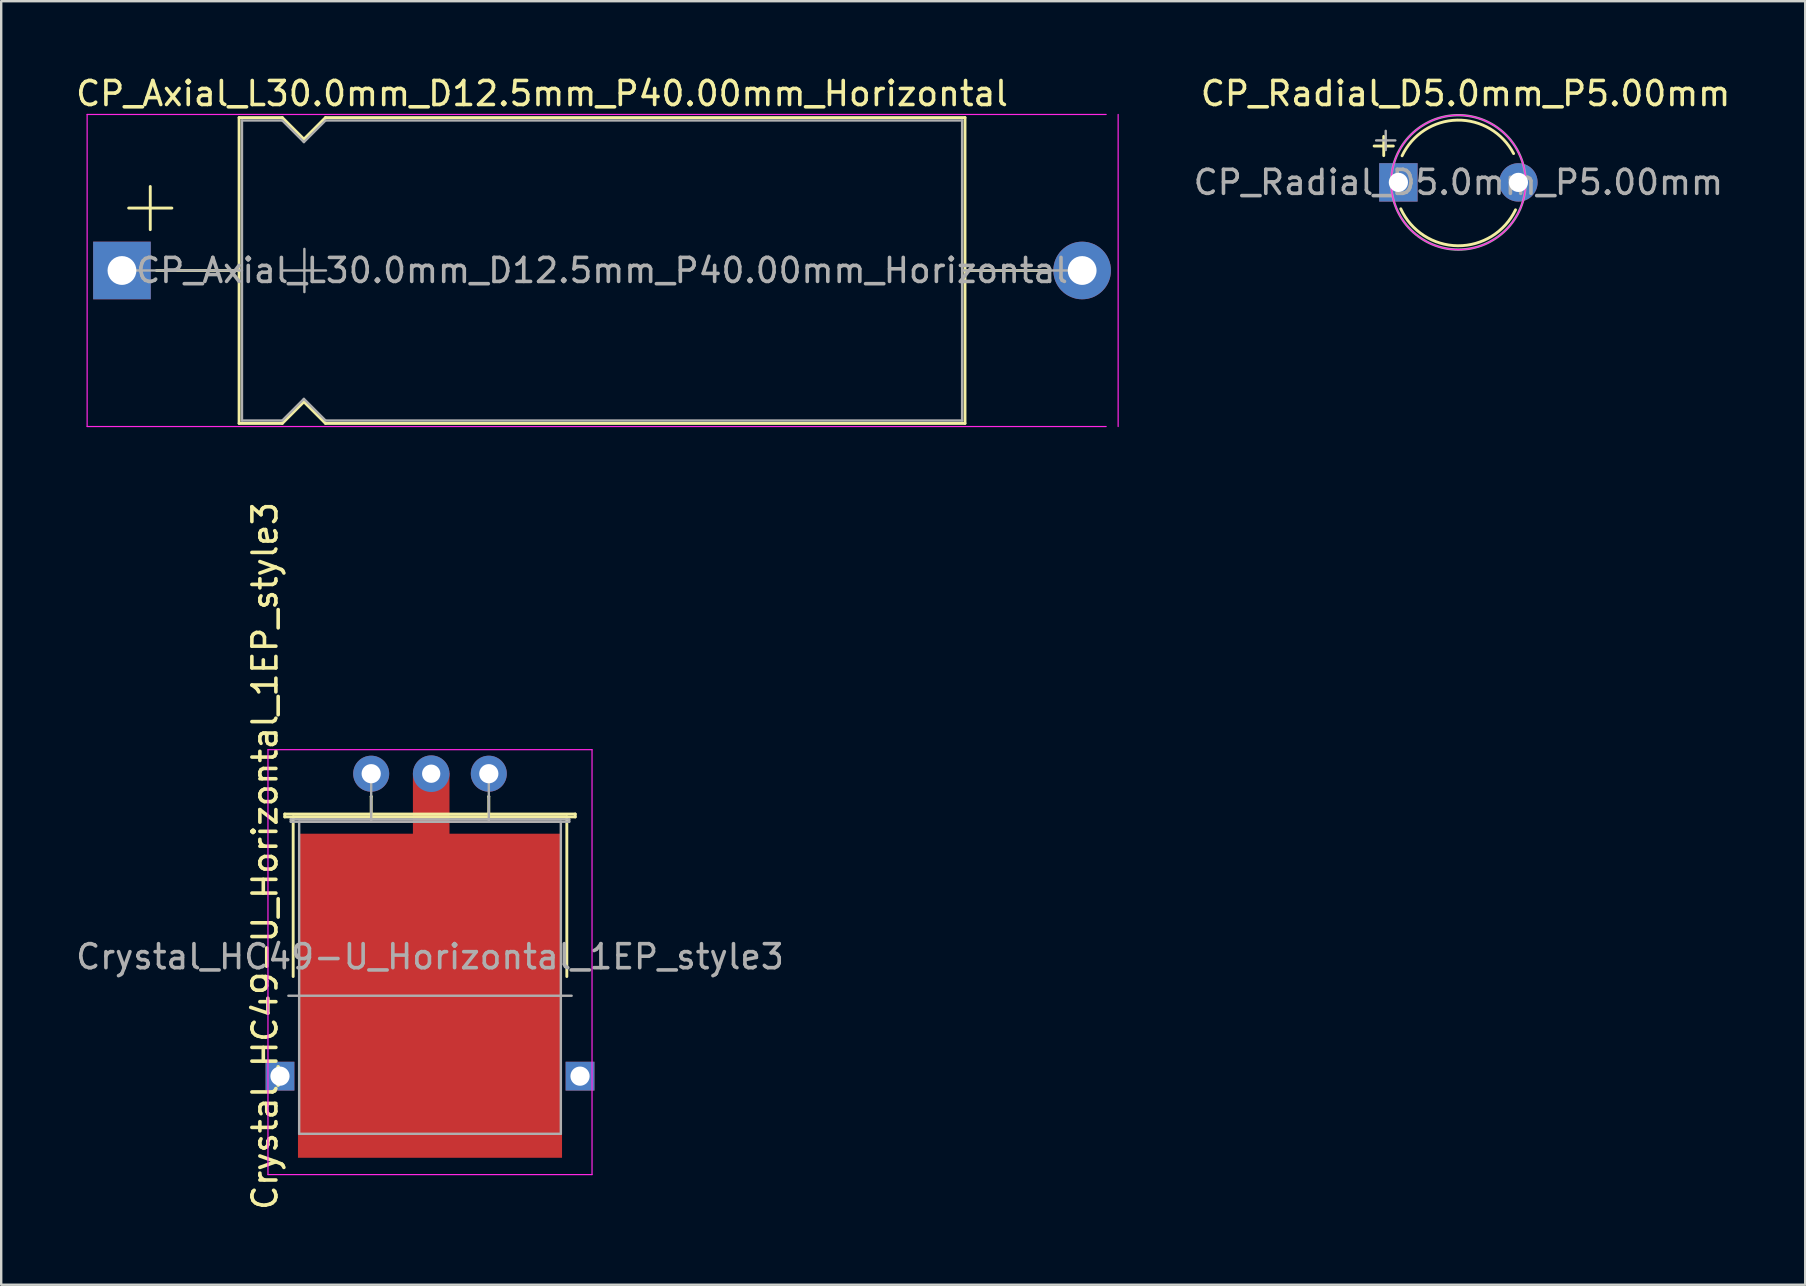
<source format=kicad_pcb>
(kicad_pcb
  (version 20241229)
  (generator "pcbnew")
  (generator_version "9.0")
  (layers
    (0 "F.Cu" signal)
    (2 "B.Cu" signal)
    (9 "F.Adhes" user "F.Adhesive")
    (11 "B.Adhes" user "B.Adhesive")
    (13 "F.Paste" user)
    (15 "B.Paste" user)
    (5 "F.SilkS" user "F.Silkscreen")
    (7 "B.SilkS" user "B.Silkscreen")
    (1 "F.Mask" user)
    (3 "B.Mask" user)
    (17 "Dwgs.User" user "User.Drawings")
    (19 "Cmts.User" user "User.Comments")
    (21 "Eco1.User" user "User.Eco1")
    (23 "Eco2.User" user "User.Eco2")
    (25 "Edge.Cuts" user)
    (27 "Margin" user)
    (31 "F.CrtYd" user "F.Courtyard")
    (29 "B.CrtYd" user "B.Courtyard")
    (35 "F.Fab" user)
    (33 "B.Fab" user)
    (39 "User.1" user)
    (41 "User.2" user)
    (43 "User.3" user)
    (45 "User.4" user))
  (footprint "CP_Radial_D5.0mm_P5.00mm"
    (layer "F.Cu")
    (at 55.204 4.548)
    (property "Reference" "CP_Radial_D5.0mm_P5.00mm" (at 2.8 -3.7 0) (layer "F.SilkS") (effects (font (size 1 1) (thickness 0.15))))
    (attr through_hole)
    (fp_line (start -1.01 -1.515) (end -0.21 -1.515) (stroke (width 0.12) (type solid)) (layer "F.SilkS"))
    (fp_line (start -0.61 -1.915) (end -0.61 -1.115) (stroke (width 0.12) (type solid)) (layer "F.SilkS"))
    (fp_arc (start 0.154322 -1.108058) (mid 2.448668 -2.593716) (end 4.8 -1.2) (stroke (width 0.12) (type solid)) (layer "F.SilkS"))
    (fp_arc (start 4.880089 1.142443) (mid 2.476559 2.639972) (end 0.1 1.1) (stroke (width 0.12) (type solid)) (layer "F.SilkS"))
    (fp_circle (center 2.5 0) (end 5.3 0) (stroke (width 0.05) (type solid)) (fill no) (layer "F.CrtYd"))
    (fp_line (start -0.927 -1.748) (end -0.127 -1.748) (stroke (width 0.1) (type solid)) (layer "F.Fab"))
    (fp_line (start -0.527 -2.147) (end -0.527 -1.347) (stroke (width 0.1) (type solid)) (layer "F.Fab"))
    (fp_circle (center 2.5 0) (end 5.3 0) (stroke (width 0.1) (type solid)) (fill no) (layer "F.Fab"))
    (fp_text user "${REFERENCE}" (at 2.5 0 0) (layer "F.Fab") (effects (font (size 1 1) (thickness 0.15))))
    (pad "1" thru_hole rect (at 0 0) (size 1.6 1.6) (drill 0.8) (layers "*.Cu" "*.Mask"))
    (pad "2" thru_hole circle (at 5 0) (size 1.6 1.6) (drill 0.8) (layers "*.Cu" "*.Mask")))
  (footprint "CP_Axial_L30.0mm_D12.5mm_P40.00mm_Horizontal"
    (layer "F.Cu")
    (at 2.03 8.218)
    (property "Reference" "CP_Axial_L30.0mm_D12.5mm_P40.00mm_Horizontal" (at 17.5 -7.37 0) (layer "F.SilkS") (effects (font (size 1 1) (thickness 0.15))))
    (attr through_hole)
    (fp_line (start 0.28 -2.6) (end 2.08 -2.6) (stroke (width 0.12) (type solid)) (layer "F.SilkS"))
    (fp_line (start 1.18 -3.5) (end 1.18 -1.7) (stroke (width 0.12) (type solid)) (layer "F.SilkS"))
    (fp_line (start 1.44 0) (end 4.85 0) (stroke (width 0.12) (type solid)) (layer "F.SilkS"))
    (fp_line (start 4.88 -6.37) (end 4.88 6.37) (stroke (width 0.12) (type solid)) (layer "F.SilkS"))
    (fp_line (start 4.88 -6.37) (end 6.68 -6.37) (stroke (width 0.12) (type solid)) (layer "F.SilkS"))
    (fp_line (start 4.88 6.37) (end 6.68 6.37) (stroke (width 0.12) (type solid)) (layer "F.SilkS"))
    (fp_line (start 6.68 -6.37) (end 7.58 -5.47) (stroke (width 0.12) (type solid)) (layer "F.SilkS"))
    (fp_line (start 6.68 6.37) (end 7.58 5.47) (stroke (width 0.12) (type solid)) (layer "F.SilkS"))
    (fp_line (start 7.58 -5.47) (end 8.48 -6.37) (stroke (width 0.12) (type solid)) (layer "F.SilkS"))
    (fp_line (start 7.58 5.47) (end 8.48 6.37) (stroke (width 0.12) (type solid)) (layer "F.SilkS"))
    (fp_line (start 8.48 -6.37) (end 35.12 -6.37) (stroke (width 0.12) (type solid)) (layer "F.SilkS"))
    (fp_line (start 8.48 6.37) (end 35.12 6.37) (stroke (width 0.12) (type solid)) (layer "F.SilkS"))
    (fp_line (start 35.12 -6.37) (end 35.12 6.37) (stroke (width 0.12) (type solid)) (layer "F.SilkS"))
    (fp_line (start 38.6 0) (end 35.12 0) (stroke (width 0.12) (type solid)) (layer "F.SilkS"))
    (fp_line (start -1.45 -6.5) (end -1.45 6.5) (stroke (width 0.05) (type solid)) (layer "F.CrtYd"))
    (fp_line (start -1.45 6.5) (end 41 6.5) (stroke (width 0.05) (type solid)) (layer "F.CrtYd"))
    (fp_line (start 41 -6.5) (end -1.45 -6.5) (stroke (width 0.05) (type solid)) (layer "F.CrtYd"))
    (fp_line (start 41.5 6.5) (end 41.5 -6.5) (stroke (width 0.05) (type solid)) (layer "F.CrtYd"))
    (fp_line (start 0 0) (end 5 0) (stroke (width 0.1) (type solid)) (layer "F.Fab"))
    (fp_line (start 5 -6.25) (end 5 6.25) (stroke (width 0.1) (type solid)) (layer "F.Fab"))
    (fp_line (start 5 -6.25) (end 6.68 -6.25) (stroke (width 0.1) (type solid)) (layer "F.Fab"))
    (fp_line (start 5 6.25) (end 6.68 6.25) (stroke (width 0.1) (type solid)) (layer "F.Fab"))
    (fp_line (start 6.68 -6.25) (end 7.58 -5.35) (stroke (width 0.1) (type solid)) (layer "F.Fab"))
    (fp_line (start 6.68 6.25) (end 7.58 5.35) (stroke (width 0.1) (type solid)) (layer "F.Fab"))
    (fp_line (start 6.7 0) (end 8.5 0) (stroke (width 0.1) (type solid)) (layer "F.Fab"))
    (fp_line (start 7.58 -5.35) (end 8.48 -6.25) (stroke (width 0.1) (type solid)) (layer "F.Fab"))
    (fp_line (start 7.58 5.35) (end 8.48 6.25) (stroke (width 0.1) (type solid)) (layer "F.Fab"))
    (fp_line (start 7.6 -0.9) (end 7.6 0.9) (stroke (width 0.1) (type solid)) (layer "F.Fab"))
    (fp_line (start 8.48 -6.25) (end 35 -6.25) (stroke (width 0.1) (type solid)) (layer "F.Fab"))
    (fp_line (start 8.48 6.25) (end 35 6.25) (stroke (width 0.1) (type solid)) (layer "F.Fab"))
    (fp_line (start 35 -6.25) (end 35 6.25) (stroke (width 0.1) (type solid)) (layer "F.Fab"))
    (fp_line (start 40 0) (end 35 0) (stroke (width 0.1) (type solid)) (layer "F.Fab"))
    (fp_text user "${REFERENCE}" (at 20 0 0) (layer "F.Fab") (effects (font (size 1 1) (thickness 0.15))))
    (pad "1" thru_hole rect (at 0 0) (size 2.4 2.4) (drill 1.2) (layers "*.Cu" "*.Mask"))
    (pad "2" thru_hole oval (at 40 0) (size 2.4 2.4) (drill 1.2) (layers "*.Cu" "*.Mask")))
  (footprint "Crystal_HC49-U_Horizontal_1EP_style3"
    (layer "F.Cu")
    (at 12.413 29.181)
    (property "Reference" "Crystal_HC49-U_Horizontal_1EP_style3" (at -4.425 3.425 90) (layer "F.SilkS") (effects (font (size 1 1) (thickness 0.15))))
    (attr through_hole)
    (fp_line (start -3.6 1.68) (end 8.5 1.68) (stroke (width 0.12) (type solid)) (layer "F.SilkS"))
    (fp_line (start -3.6 1.8) (end -3.6 1.68) (stroke (width 0.12) (type solid)) (layer "F.SilkS"))
    (fp_line (start -3.25 1.8) (end 8.15 1.8) (stroke (width 0.12) (type solid)) (layer "F.SilkS"))
    (fp_line (start -3.25 8.45) (end -3.25 1.8) (stroke (width 0.12) (type solid)) (layer "F.SilkS"))
    (fp_line (start 0 0.95) (end 0 0.95) (stroke (width 0.12) (type solid)) (layer "F.SilkS"))
    (fp_line (start 0 1.8) (end 0 0.95) (stroke (width 0.12) (type solid)) (layer "F.SilkS"))
    (fp_line (start 4.9 0.95) (end 4.9 0.95) (stroke (width 0.12) (type solid)) (layer "F.SilkS"))
    (fp_line (start 4.9 1.8) (end 4.9 0.95) (stroke (width 0.12) (type solid)) (layer "F.SilkS"))
    (fp_line (start 8.15 1.8) (end 8.15 8.45) (stroke (width 0.12) (type solid)) (layer "F.SilkS"))
    (fp_line (start 8.5 1.68) (end 8.5 1.8) (stroke (width 0.12) (type solid)) (layer "F.SilkS"))
    (fp_line (start 8.5 1.8) (end -3.6 1.8) (stroke (width 0.12) (type solid)) (layer "F.SilkS"))
    (fp_line (start -4.3 -1) (end -4.3 16.7) (stroke (width 0.05) (type solid)) (layer "F.CrtYd"))
    (fp_line (start -4.3 16.7) (end 9.2 16.7) (stroke (width 0.05) (type solid)) (layer "F.CrtYd"))
    (fp_line (start 9.2 -1) (end -4.3 -1) (stroke (width 0.05) (type solid)) (layer "F.CrtYd"))
    (fp_line (start 9.2 16.7) (end 9.2 -1) (stroke (width 0.05) (type solid)) (layer "F.CrtYd"))
    (fp_line (start -3.45 9.25) (end 8.35 9.25) (stroke (width 0.1) (type solid)) (layer "F.Fab"))
    (fp_line (start -3.35 1.9) (end 8.25 1.9) (stroke (width 0.1) (type solid)) (layer "F.Fab"))
    (fp_line (start -3.35 2) (end -3.35 1.9) (stroke (width 0.1) (type solid)) (layer "F.Fab"))
    (fp_line (start -3 2) (end -3 15) (stroke (width 0.1) (type solid)) (layer "F.Fab"))
    (fp_line (start -3 15) (end 7.9 15) (stroke (width 0.1) (type solid)) (layer "F.Fab"))
    (fp_line (start 0 1) (end 0 0) (stroke (width 0.1) (type solid)) (layer "F.Fab"))
    (fp_line (start 0 2) (end 0 1) (stroke (width 0.1) (type solid)) (layer "F.Fab"))
    (fp_line (start 4.9 1) (end 4.9 0) (stroke (width 0.1) (type solid)) (layer "F.Fab"))
    (fp_line (start 4.9 2) (end 4.9 1) (stroke (width 0.1) (type solid)) (layer "F.Fab"))
    (fp_line (start 7.9 2) (end -3 2) (stroke (width 0.1) (type solid)) (layer "F.Fab"))
    (fp_line (start 7.9 15) (end 7.9 2) (stroke (width 0.1) (type solid)) (layer "F.Fab"))
    (fp_line (start 8.25 1.9) (end 8.25 2) (stroke (width 0.1) (type solid)) (layer "F.Fab"))
    (fp_line (start 8.25 2) (end -3.35 2) (stroke (width 0.1) (type solid)) (layer "F.Fab"))
    (fp_text user "${REFERENCE}" (at 2.45 7.625 0) (layer "F.Fab") (effects (font (size 1 1) (thickness 0.15))))
    (pad "1" thru_hole circle (at 0 0) (size 1.5 1.5) (drill 0.8) (layers "*.Cu" "*.Mask"))
    (pad "2" thru_hole circle (at 4.9 0) (size 1.5 1.5) (drill 0.8) (layers "*.Cu" "*.Mask"))
    (pad "3" thru_hole rect (at -3.8 12.6) (size 1.2 1.2) (drill 0.8) (layers "*.Cu" "*.Mask"))
    (pad "3" smd rect (at 2.45 9.25) (size 11 13.5) (layers "F.Cu" "F.Mask" "F.Paste"))
    (pad "3" thru_hole circle (at 2.5 0) (size 1.524 1.524) (drill 0.762) (layers "*.Cu" "*.Mask"))
    (pad "3" smd rect (at 2.5 1.473) (size 1.524 3) (layers "F.Cu" "F.Mask" "F.Paste"))
    (pad "3" thru_hole rect (at 8.7 12.6) (size 1.2 1.2) (drill 0.8) (layers "*.Cu" "*.Mask")))
  (gr_rect
    (start -3 -3)
    (end 72.152 50.469)
    (stroke (width 0.1) (type default))
    (fill no)
    (layer "Edge.Cuts")))
</source>
